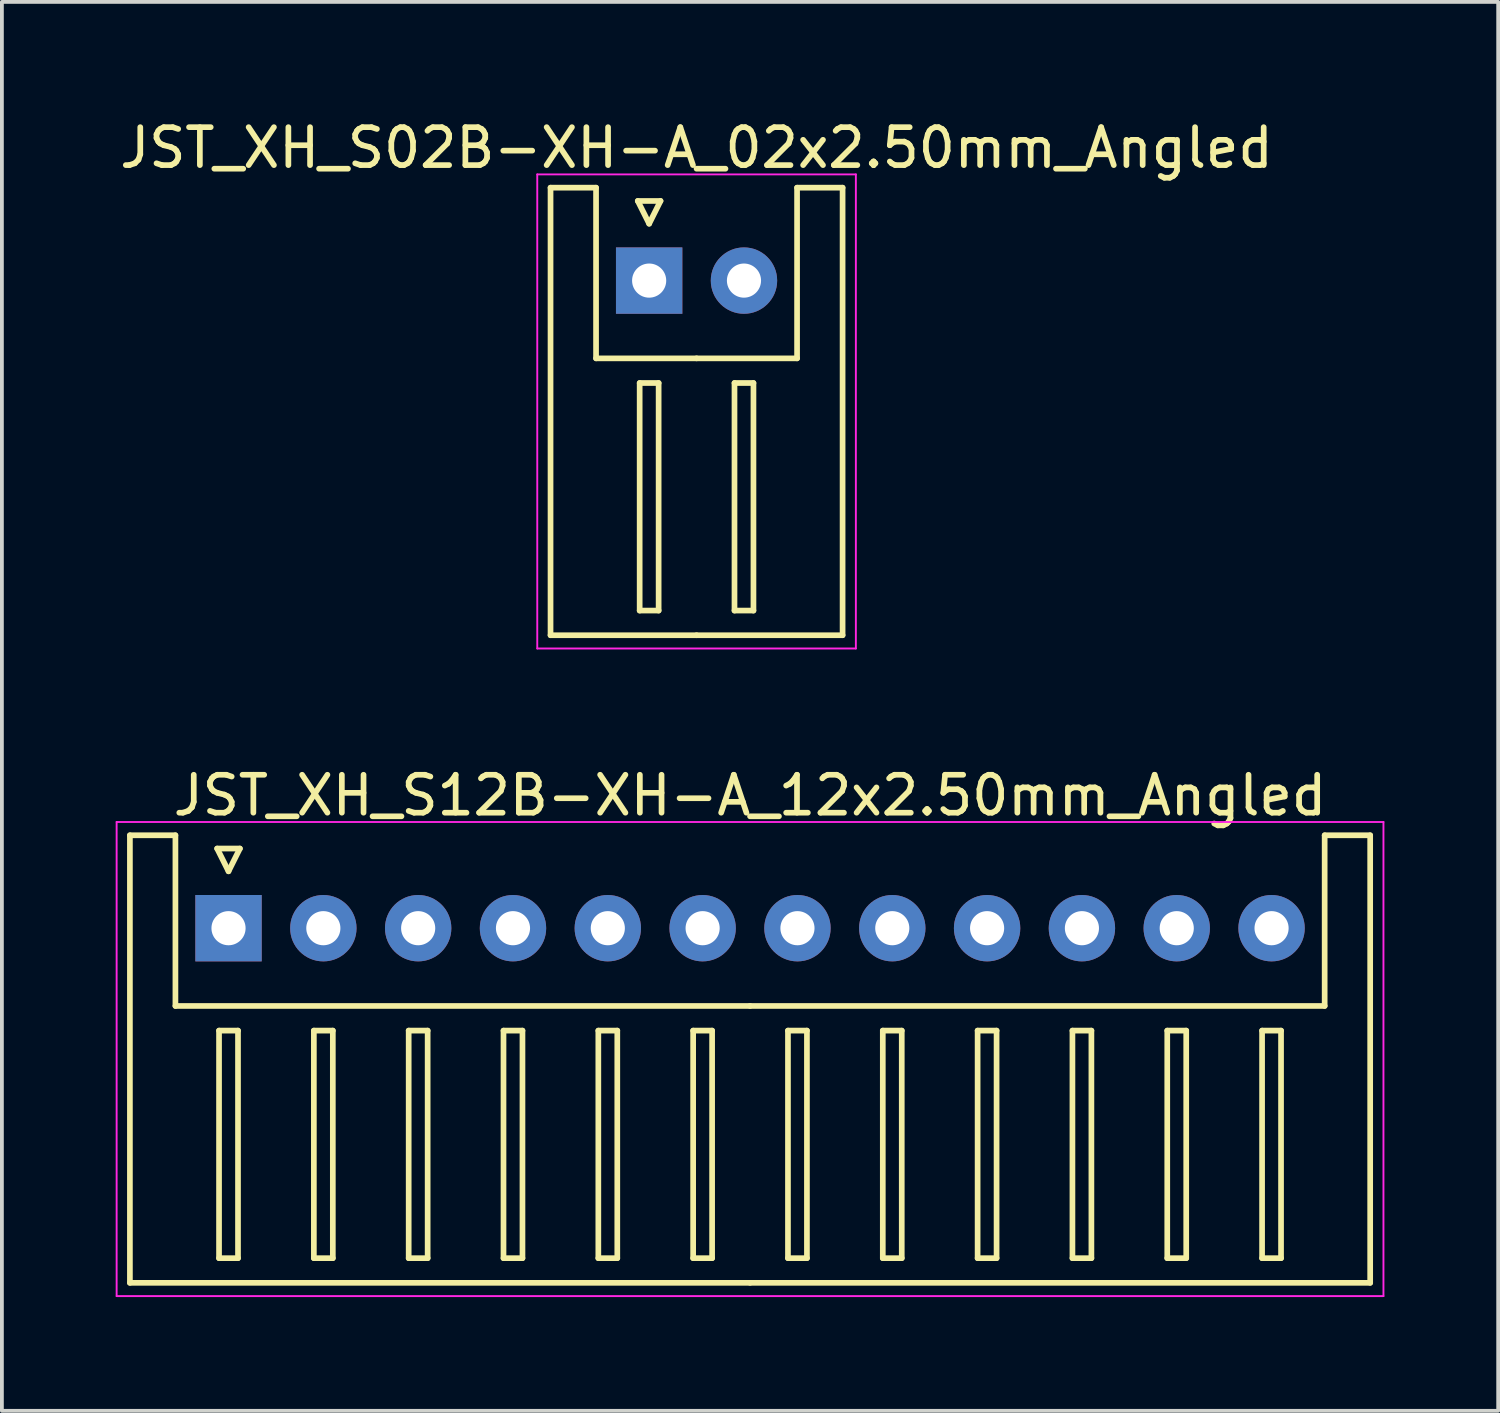
<source format=kicad_pcb>
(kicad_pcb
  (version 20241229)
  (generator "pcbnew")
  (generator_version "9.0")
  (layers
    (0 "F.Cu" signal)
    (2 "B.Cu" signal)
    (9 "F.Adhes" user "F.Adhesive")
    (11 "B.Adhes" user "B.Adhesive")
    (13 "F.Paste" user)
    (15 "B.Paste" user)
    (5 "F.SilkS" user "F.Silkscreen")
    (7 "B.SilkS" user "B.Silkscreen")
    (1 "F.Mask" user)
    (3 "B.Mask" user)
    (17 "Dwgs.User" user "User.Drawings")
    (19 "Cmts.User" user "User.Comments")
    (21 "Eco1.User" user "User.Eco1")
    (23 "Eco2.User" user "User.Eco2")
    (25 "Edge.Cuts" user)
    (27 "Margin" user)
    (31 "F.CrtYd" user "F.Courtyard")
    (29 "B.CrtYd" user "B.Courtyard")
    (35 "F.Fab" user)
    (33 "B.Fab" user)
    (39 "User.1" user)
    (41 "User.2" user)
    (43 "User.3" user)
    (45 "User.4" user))
  (footprint "JST_XH_S02B-XH-A_02x2.50mm_Angled"
    (layer "F.Cu")
    (at 14.065 4.348)
    (property "Reference" "JST_XH_S02B-XH-A_02x2.50mm_Angled" (at 1.25 -3.5 0) (layer "F.SilkS") (effects (font (size 1 1) (thickness 0.15))))
    (attr through_hole)
    (fp_line (start -2.6 -2.45) (end -1.4 -2.45) (stroke (width 0.15) (type solid)) (layer "F.SilkS"))
    (fp_line (start -2.6 9.35) (end -2.6 -2.45) (stroke (width 0.15) (type solid)) (layer "F.SilkS"))
    (fp_line (start -1.4 -2.45) (end -1.4 2.05) (stroke (width 0.15) (type solid)) (layer "F.SilkS"))
    (fp_line (start -1.4 2.05) (end 1.25 2.05) (stroke (width 0.15) (type solid)) (layer "F.SilkS"))
    (fp_line (start -0.3 -2.1) (end 0.3 -2.1) (stroke (width 0.15) (type solid)) (layer "F.SilkS"))
    (fp_line (start -0.25 2.7) (end -0.25 8.7) (stroke (width 0.15) (type solid)) (layer "F.SilkS"))
    (fp_line (start -0.25 8.7) (end 0.25 8.7) (stroke (width 0.15) (type solid)) (layer "F.SilkS"))
    (fp_line (start 0 -1.5) (end -0.3 -2.1) (stroke (width 0.15) (type solid)) (layer "F.SilkS"))
    (fp_line (start 0.25 2.7) (end -0.25 2.7) (stroke (width 0.15) (type solid)) (layer "F.SilkS"))
    (fp_line (start 0.25 8.7) (end 0.25 2.7) (stroke (width 0.15) (type solid)) (layer "F.SilkS"))
    (fp_line (start 0.3 -2.1) (end 0 -1.5) (stroke (width 0.15) (type solid)) (layer "F.SilkS"))
    (fp_line (start 1.25 9.35) (end -2.6 9.35) (stroke (width 0.15) (type solid)) (layer "F.SilkS"))
    (fp_line (start 1.25 9.35) (end 5.1 9.35) (stroke (width 0.15) (type solid)) (layer "F.SilkS"))
    (fp_line (start 2.25 2.7) (end 2.25 8.7) (stroke (width 0.15) (type solid)) (layer "F.SilkS"))
    (fp_line (start 2.25 8.7) (end 2.75 8.7) (stroke (width 0.15) (type solid)) (layer "F.SilkS"))
    (fp_line (start 2.75 2.7) (end 2.25 2.7) (stroke (width 0.15) (type solid)) (layer "F.SilkS"))
    (fp_line (start 2.75 8.7) (end 2.75 2.7) (stroke (width 0.15) (type solid)) (layer "F.SilkS"))
    (fp_line (start 3.9 -2.45) (end 3.9 2.05) (stroke (width 0.15) (type solid)) (layer "F.SilkS"))
    (fp_line (start 3.9 2.05) (end 1.25 2.05) (stroke (width 0.15) (type solid)) (layer "F.SilkS"))
    (fp_line (start 5.1 -2.45) (end 3.9 -2.45) (stroke (width 0.15) (type solid)) (layer "F.SilkS"))
    (fp_line (start 5.1 9.35) (end 5.1 -2.45) (stroke (width 0.15) (type solid)) (layer "F.SilkS"))
    (fp_line (start -2.95 -2.8) (end -2.95 9.7) (stroke (width 0.05) (type solid)) (layer "F.CrtYd"))
    (fp_line (start -2.95 9.7) (end 5.45 9.7) (stroke (width 0.05) (type solid)) (layer "F.CrtYd"))
    (fp_line (start 5.45 -2.8) (end -2.95 -2.8) (stroke (width 0.05) (type solid)) (layer "F.CrtYd"))
    (fp_line (start 5.45 9.7) (end 5.45 -2.8) (stroke (width 0.05) (type solid)) (layer "F.CrtYd"))
    (pad "1" thru_hole rect (at 0 0) (size 1.75 1.75) (drill 0.9) (layers "*.Cu" "*.Mask"))
    (pad "2" thru_hole circle (at 2.5 0) (size 1.75 1.75) (drill 0.9) (layers "*.Cu" "*.Mask")))
  (footprint "JST_XH_S12B-XH-A_12x2.50mm_Angled"
    (layer "F.Cu")
    (at 2.975 21.422)
    (property "Reference" "JST_XH_S12B-XH-A_12x2.50mm_Angled" (at 13.75 -3.5 0) (layer "F.SilkS") (effects (font (size 1 1) (thickness 0.15))))
    (attr through_hole)
    (fp_line (start -2.6 -2.45) (end -1.4 -2.45) (stroke (width 0.15) (type solid)) (layer "F.SilkS"))
    (fp_line (start -2.6 9.35) (end -2.6 -2.45) (stroke (width 0.15) (type solid)) (layer "F.SilkS"))
    (fp_line (start -1.4 -2.45) (end -1.4 2.05) (stroke (width 0.15) (type solid)) (layer "F.SilkS"))
    (fp_line (start -1.4 2.05) (end 13.75 2.05) (stroke (width 0.15) (type solid)) (layer "F.SilkS"))
    (fp_line (start -0.3 -2.1) (end 0.3 -2.1) (stroke (width 0.15) (type solid)) (layer "F.SilkS"))
    (fp_line (start -0.25 2.7) (end -0.25 8.7) (stroke (width 0.15) (type solid)) (layer "F.SilkS"))
    (fp_line (start -0.25 8.7) (end 0.25 8.7) (stroke (width 0.15) (type solid)) (layer "F.SilkS"))
    (fp_line (start 0 -1.5) (end -0.3 -2.1) (stroke (width 0.15) (type solid)) (layer "F.SilkS"))
    (fp_line (start 0.25 2.7) (end -0.25 2.7) (stroke (width 0.15) (type solid)) (layer "F.SilkS"))
    (fp_line (start 0.25 8.7) (end 0.25 2.7) (stroke (width 0.15) (type solid)) (layer "F.SilkS"))
    (fp_line (start 0.3 -2.1) (end 0 -1.5) (stroke (width 0.15) (type solid)) (layer "F.SilkS"))
    (fp_line (start 2.25 2.7) (end 2.25 8.7) (stroke (width 0.15) (type solid)) (layer "F.SilkS"))
    (fp_line (start 2.25 8.7) (end 2.75 8.7) (stroke (width 0.15) (type solid)) (layer "F.SilkS"))
    (fp_line (start 2.75 2.7) (end 2.25 2.7) (stroke (width 0.15) (type solid)) (layer "F.SilkS"))
    (fp_line (start 2.75 8.7) (end 2.75 2.7) (stroke (width 0.15) (type solid)) (layer "F.SilkS"))
    (fp_line (start 4.75 2.7) (end 4.75 8.7) (stroke (width 0.15) (type solid)) (layer "F.SilkS"))
    (fp_line (start 4.75 8.7) (end 5.25 8.7) (stroke (width 0.15) (type solid)) (layer "F.SilkS"))
    (fp_line (start 5.25 2.7) (end 4.75 2.7) (stroke (width 0.15) (type solid)) (layer "F.SilkS"))
    (fp_line (start 5.25 8.7) (end 5.25 2.7) (stroke (width 0.15) (type solid)) (layer "F.SilkS"))
    (fp_line (start 7.25 2.7) (end 7.25 8.7) (stroke (width 0.15) (type solid)) (layer "F.SilkS"))
    (fp_line (start 7.25 8.7) (end 7.75 8.7) (stroke (width 0.15) (type solid)) (layer "F.SilkS"))
    (fp_line (start 7.75 2.7) (end 7.25 2.7) (stroke (width 0.15) (type solid)) (layer "F.SilkS"))
    (fp_line (start 7.75 8.7) (end 7.75 2.7) (stroke (width 0.15) (type solid)) (layer "F.SilkS"))
    (fp_line (start 9.75 2.7) (end 9.75 8.7) (stroke (width 0.15) (type solid)) (layer "F.SilkS"))
    (fp_line (start 9.75 8.7) (end 10.25 8.7) (stroke (width 0.15) (type solid)) (layer "F.SilkS"))
    (fp_line (start 10.25 2.7) (end 9.75 2.7) (stroke (width 0.15) (type solid)) (layer "F.SilkS"))
    (fp_line (start 10.25 8.7) (end 10.25 2.7) (stroke (width 0.15) (type solid)) (layer "F.SilkS"))
    (fp_line (start 12.25 2.7) (end 12.25 8.7) (stroke (width 0.15) (type solid)) (layer "F.SilkS"))
    (fp_line (start 12.25 8.7) (end 12.75 8.7) (stroke (width 0.15) (type solid)) (layer "F.SilkS"))
    (fp_line (start 12.75 2.7) (end 12.25 2.7) (stroke (width 0.15) (type solid)) (layer "F.SilkS"))
    (fp_line (start 12.75 8.7) (end 12.75 2.7) (stroke (width 0.15) (type solid)) (layer "F.SilkS"))
    (fp_line (start 13.75 9.35) (end -2.6 9.35) (stroke (width 0.15) (type solid)) (layer "F.SilkS"))
    (fp_line (start 13.75 9.35) (end 30.1 9.35) (stroke (width 0.15) (type solid)) (layer "F.SilkS"))
    (fp_line (start 14.75 2.7) (end 14.75 8.7) (stroke (width 0.15) (type solid)) (layer "F.SilkS"))
    (fp_line (start 14.75 8.7) (end 15.25 8.7) (stroke (width 0.15) (type solid)) (layer "F.SilkS"))
    (fp_line (start 15.25 2.7) (end 14.75 2.7) (stroke (width 0.15) (type solid)) (layer "F.SilkS"))
    (fp_line (start 15.25 8.7) (end 15.25 2.7) (stroke (width 0.15) (type solid)) (layer "F.SilkS"))
    (fp_line (start 17.25 2.7) (end 17.25 8.7) (stroke (width 0.15) (type solid)) (layer "F.SilkS"))
    (fp_line (start 17.25 8.7) (end 17.75 8.7) (stroke (width 0.15) (type solid)) (layer "F.SilkS"))
    (fp_line (start 17.75 2.7) (end 17.25 2.7) (stroke (width 0.15) (type solid)) (layer "F.SilkS"))
    (fp_line (start 17.75 8.7) (end 17.75 2.7) (stroke (width 0.15) (type solid)) (layer "F.SilkS"))
    (fp_line (start 19.75 2.7) (end 19.75 8.7) (stroke (width 0.15) (type solid)) (layer "F.SilkS"))
    (fp_line (start 19.75 8.7) (end 20.25 8.7) (stroke (width 0.15) (type solid)) (layer "F.SilkS"))
    (fp_line (start 20.25 2.7) (end 19.75 2.7) (stroke (width 0.15) (type solid)) (layer "F.SilkS"))
    (fp_line (start 20.25 8.7) (end 20.25 2.7) (stroke (width 0.15) (type solid)) (layer "F.SilkS"))
    (fp_line (start 22.25 2.7) (end 22.25 8.7) (stroke (width 0.15) (type solid)) (layer "F.SilkS"))
    (fp_line (start 22.25 8.7) (end 22.75 8.7) (stroke (width 0.15) (type solid)) (layer "F.SilkS"))
    (fp_line (start 22.75 2.7) (end 22.25 2.7) (stroke (width 0.15) (type solid)) (layer "F.SilkS"))
    (fp_line (start 22.75 8.7) (end 22.75 2.7) (stroke (width 0.15) (type solid)) (layer "F.SilkS"))
    (fp_line (start 24.75 2.7) (end 24.75 8.7) (stroke (width 0.15) (type solid)) (layer "F.SilkS"))
    (fp_line (start 24.75 8.7) (end 25.25 8.7) (stroke (width 0.15) (type solid)) (layer "F.SilkS"))
    (fp_line (start 25.25 2.7) (end 24.75 2.7) (stroke (width 0.15) (type solid)) (layer "F.SilkS"))
    (fp_line (start 25.25 8.7) (end 25.25 2.7) (stroke (width 0.15) (type solid)) (layer "F.SilkS"))
    (fp_line (start 27.25 2.7) (end 27.25 8.7) (stroke (width 0.15) (type solid)) (layer "F.SilkS"))
    (fp_line (start 27.25 8.7) (end 27.75 8.7) (stroke (width 0.15) (type solid)) (layer "F.SilkS"))
    (fp_line (start 27.75 2.7) (end 27.25 2.7) (stroke (width 0.15) (type solid)) (layer "F.SilkS"))
    (fp_line (start 27.75 8.7) (end 27.75 2.7) (stroke (width 0.15) (type solid)) (layer "F.SilkS"))
    (fp_line (start 28.9 -2.45) (end 28.9 2.05) (stroke (width 0.15) (type solid)) (layer "F.SilkS"))
    (fp_line (start 28.9 2.05) (end 13.75 2.05) (stroke (width 0.15) (type solid)) (layer "F.SilkS"))
    (fp_line (start 30.1 -2.45) (end 28.9 -2.45) (stroke (width 0.15) (type solid)) (layer "F.SilkS"))
    (fp_line (start 30.1 9.35) (end 30.1 -2.45) (stroke (width 0.15) (type solid)) (layer "F.SilkS"))
    (fp_line (start -2.95 -2.8) (end -2.95 9.7) (stroke (width 0.05) (type solid)) (layer "F.CrtYd"))
    (fp_line (start -2.95 9.7) (end 30.45 9.7) (stroke (width 0.05) (type solid)) (layer "F.CrtYd"))
    (fp_line (start 30.45 -2.8) (end -2.95 -2.8) (stroke (width 0.05) (type solid)) (layer "F.CrtYd"))
    (fp_line (start 30.45 9.7) (end 30.45 -2.8) (stroke (width 0.05) (type solid)) (layer "F.CrtYd"))
    (pad "1" thru_hole rect (at 0 0) (size 1.75 1.75) (drill 0.9) (layers "*.Cu" "*.Mask"))
    (pad "2" thru_hole circle (at 2.5 0) (size 1.75 1.75) (drill 0.9) (layers "*.Cu" "*.Mask"))
    (pad "3" thru_hole circle (at 5 0) (size 1.75 1.75) (drill 0.9) (layers "*.Cu" "*.Mask"))
    (pad "4" thru_hole circle (at 7.5 0) (size 1.75 1.75) (drill 0.9) (layers "*.Cu" "*.Mask"))
    (pad "5" thru_hole circle (at 10 0) (size 1.75 1.75) (drill 0.9) (layers "*.Cu" "*.Mask"))
    (pad "6" thru_hole circle (at 12.5 0) (size 1.75 1.75) (drill 0.9) (layers "*.Cu" "*.Mask"))
    (pad "7" thru_hole circle (at 15 0) (size 1.75 1.75) (drill 0.9) (layers "*.Cu" "*.Mask"))
    (pad "8" thru_hole circle (at 17.5 0) (size 1.75 1.75) (drill 0.9) (layers "*.Cu" "*.Mask"))
    (pad "9" thru_hole circle (at 20 0) (size 1.75 1.75) (drill 0.9) (layers "*.Cu" "*.Mask"))
    (pad "10" thru_hole circle (at 22.5 0) (size 1.75 1.75) (drill 0.9) (layers "*.Cu" "*.Mask"))
    (pad "11" thru_hole circle (at 25 0) (size 1.75 1.75) (drill 0.9) (layers "*.Cu" "*.Mask"))
    (pad "12" thru_hole circle (at 27.5 0) (size 1.75 1.75) (drill 0.9) (layers "*.Cu" "*.Mask")))
  (gr_rect
    (start -3 -3)
    (end 36.45 34.147)
    (stroke (width 0.1) (type default))
    (fill no)
    (layer "Edge.Cuts")))
</source>
